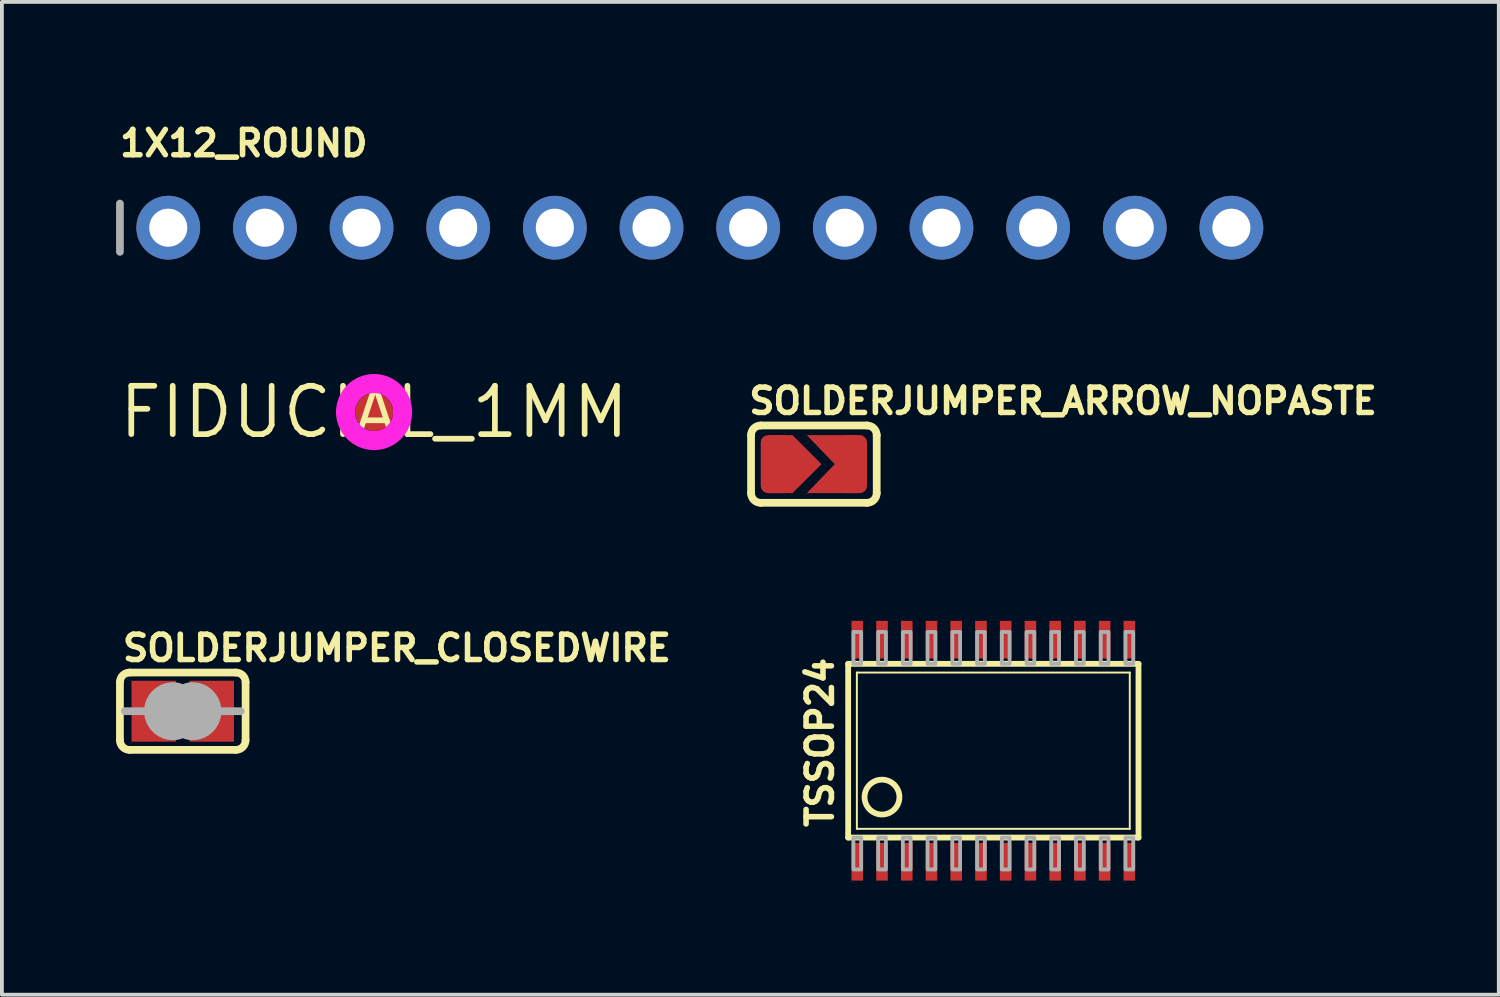
<source format=kicad_pcb>
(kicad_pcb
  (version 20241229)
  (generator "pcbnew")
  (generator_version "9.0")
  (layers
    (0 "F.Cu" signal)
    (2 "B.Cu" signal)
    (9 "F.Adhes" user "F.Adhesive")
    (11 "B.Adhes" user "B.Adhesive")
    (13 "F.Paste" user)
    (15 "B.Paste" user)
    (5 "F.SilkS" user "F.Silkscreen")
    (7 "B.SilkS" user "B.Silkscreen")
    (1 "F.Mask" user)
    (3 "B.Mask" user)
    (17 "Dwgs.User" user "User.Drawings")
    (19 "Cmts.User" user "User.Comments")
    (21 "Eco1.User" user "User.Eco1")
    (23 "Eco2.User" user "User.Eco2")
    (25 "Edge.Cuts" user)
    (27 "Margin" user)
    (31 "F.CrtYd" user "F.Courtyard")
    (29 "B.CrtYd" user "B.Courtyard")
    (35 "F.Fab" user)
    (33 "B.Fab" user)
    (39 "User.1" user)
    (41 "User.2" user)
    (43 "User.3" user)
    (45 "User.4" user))
  (footprint "SOLDERJUMPER_CLOSEDWIRE"
    (layer "F.Cu")
    (at 1.753 15.641)
    (property "Reference" "SOLDERJUMPER_CLOSEDWIRE" (at -1.651 -1.27 0) (layer "F.SilkS") (effects (font (size 0.666 0.666) (thickness 0.146)) (justify left bottom)))
    (fp_poly (pts (xy 1.397 0.889) (xy -1.397 0.889) (xy -1.397 -0.889) (xy 1.397 -0.889)) (stroke (width 0) (type solid)) (fill yes) (layer "F.Mask"))
    (fp_line (start -1.651 0.762) (end -1.651 -0.762) (stroke (width 0.203) (type solid)) (layer "F.SilkS"))
    (fp_line (start -1.397 -1.016) (end 1.397 -1.016) (stroke (width 0.203) (type solid)) (layer "F.SilkS"))
    (fp_line (start 1.397 1.016) (end -1.397 1.016) (stroke (width 0.203) (type solid)) (layer "F.SilkS"))
    (fp_line (start 1.651 0.762) (end 1.651 -0.762) (stroke (width 0.203) (type solid)) (layer "F.SilkS"))
    (fp_arc (start -1.651 -0.762) (mid -1.576605 -0.941605) (end -1.397 -1.016) (stroke (width 0.2032) (type solid)) (layer "F.SilkS"))
    (fp_arc (start -1.397 1.016) (mid -1.576605 0.941605) (end -1.651 0.762) (stroke (width 0.2032) (type solid)) (layer "F.SilkS"))
    (fp_arc (start 1.397 -1.016) (mid 1.576605 -0.941605) (end 1.651 -0.762) (stroke (width 0.2032) (type solid)) (layer "F.SilkS"))
    (fp_arc (start 1.651 0.762) (mid 1.576605 0.941605) (end 1.397 1.016) (stroke (width 0.2032) (type solid)) (layer "F.SilkS"))
    (fp_line (start -1.016 0) (end -1.524 0) (stroke (width 0.203) (type solid)) (layer "F.Fab"))
    (fp_line (start 1.016 0) (end 1.524 0) (stroke (width 0.203) (type solid)) (layer "F.Fab"))
    (fp_arc (start -0.254 0.127) (mid -0.381 0) (end -0.254 -0.127) (stroke (width 1.27) (type solid)) (layer "F.Fab"))
    (fp_arc (start 0.254 -0.127) (mid 0.381 0) (end 0.254 0.127) (stroke (width 1.27) (type solid)) (layer "F.Fab"))
    (pad "1" smd rect (at -0.762 0) (size 1.168 1.6) (layers "F.Cu" "F.Mask"))
    (pad "2" smd rect (at 0.762 0) (size 1.168 1.6) (layers "F.Cu" "F.Mask"))
    (pad "WIRE" smd rect (at 0 0) (size 0.635 0.203) (layers "F.Cu" "F.Mask")))
  (footprint "1X12_ROUND"
    (layer "F.Cu")
    (at 15.342 2.934)
    (property "Reference" "1X12_ROUND" (at -15.316 -1.829 0) (layer "F.SilkS") (effects (font (size 0.666 0.666) (thickness 0.146)) (justify left bottom)))
    (fp_line (start -15.24 -0.635) (end -15.24 0.635) (stroke (width 0.203) (type solid)) (layer "F.Fab"))
    (fp_poly (pts (xy -14.224 0.254) (xy -13.716 0.254) (xy -13.716 -0.254) (xy -14.224 -0.254)) (stroke (width 0.1) (type solid)) (fill no) (layer "F.Fab"))
    (fp_poly (pts (xy -11.684 0.254) (xy -11.176 0.254) (xy -11.176 -0.254) (xy -11.684 -0.254)) (stroke (width 0.1) (type solid)) (fill no) (layer "F.Fab"))
    (fp_poly (pts (xy -9.144 0.254) (xy -8.636 0.254) (xy -8.636 -0.254) (xy -9.144 -0.254)) (stroke (width 0.1) (type solid)) (fill no) (layer "F.Fab"))
    (fp_poly (pts (xy -6.604 0.254) (xy -6.096 0.254) (xy -6.096 -0.254) (xy -6.604 -0.254)) (stroke (width 0.1) (type solid)) (fill no) (layer "F.Fab"))
    (fp_poly (pts (xy -4.064 0.254) (xy -3.556 0.254) (xy -3.556 -0.254) (xy -4.064 -0.254)) (stroke (width 0.1) (type solid)) (fill no) (layer "F.Fab"))
    (fp_poly (pts (xy -1.524 0.254) (xy -1.016 0.254) (xy -1.016 -0.254) (xy -1.524 -0.254)) (stroke (width 0.1) (type solid)) (fill no) (layer "F.Fab"))
    (fp_poly (pts (xy 1.016 0.254) (xy 1.524 0.254) (xy 1.524 -0.254) (xy 1.016 -0.254)) (stroke (width 0.1) (type solid)) (fill no) (layer "F.Fab"))
    (fp_poly (pts (xy 3.556 0.254) (xy 4.064 0.254) (xy 4.064 -0.254) (xy 3.556 -0.254)) (stroke (width 0.1) (type solid)) (fill no) (layer "F.Fab"))
    (fp_poly (pts (xy 6.096 0.254) (xy 6.604 0.254) (xy 6.604 -0.254) (xy 6.096 -0.254)) (stroke (width 0.1) (type solid)) (fill no) (layer "F.Fab"))
    (fp_poly (pts (xy 8.636 0.254) (xy 9.144 0.254) (xy 9.144 -0.254) (xy 8.636 -0.254)) (stroke (width 0.1) (type solid)) (fill no) (layer "F.Fab"))
    (fp_poly (pts (xy 11.176 0.254) (xy 11.684 0.254) (xy 11.684 -0.254) (xy 11.176 -0.254)) (stroke (width 0.1) (type solid)) (fill no) (layer "F.Fab"))
    (fp_poly (pts (xy 13.716 0.254) (xy 14.224 0.254) (xy 14.224 -0.254) (xy 13.716 -0.254)) (stroke (width 0.1) (type solid)) (fill no) (layer "F.Fab"))
    (pad "1" thru_hole circle (at -13.97 0 90) (size 1.676 1.676) (drill 1) (layers "*.Cu" "*.Mask"))
    (pad "2" thru_hole circle (at -11.43 0 90) (size 1.676 1.676) (drill 1) (layers "*.Cu" "*.Mask"))
    (pad "3" thru_hole circle (at -8.89 0 90) (size 1.676 1.676) (drill 1) (layers "*.Cu" "*.Mask"))
    (pad "4" thru_hole circle (at -6.35 0 90) (size 1.676 1.676) (drill 1) (layers "*.Cu" "*.Mask"))
    (pad "5" thru_hole circle (at -3.81 0 90) (size 1.676 1.676) (drill 1) (layers "*.Cu" "*.Mask"))
    (pad "6" thru_hole circle (at -1.27 0 90) (size 1.676 1.676) (drill 1) (layers "*.Cu" "*.Mask"))
    (pad "7" thru_hole circle (at 1.27 0 90) (size 1.676 1.676) (drill 1) (layers "*.Cu" "*.Mask"))
    (pad "8" thru_hole circle (at 3.81 0 90) (size 1.676 1.676) (drill 1) (layers "*.Cu" "*.Mask"))
    (pad "9" thru_hole circle (at 6.35 0 90) (size 1.676 1.676) (drill 1) (layers "*.Cu" "*.Mask"))
    (pad "10" thru_hole circle (at 8.89 0 90) (size 1.676 1.676) (drill 1) (layers "*.Cu" "*.Mask"))
    (pad "11" thru_hole circle (at 11.43 0 90) (size 1.676 1.676) (drill 1) (layers "*.Cu" "*.Mask"))
    (pad "12" thru_hole circle (at 13.97 0 90) (size 1.676 1.676) (drill 1) (layers "*.Cu" "*.Mask")))
  (footprint "SOLDERJUMPER_ARROW_NOPASTE"
    (layer "F.Cu")
    (at 18.339 9.148)
    (property "Reference" "SOLDERJUMPER_ARROW_NOPASTE" (at -1.778 -1.27 0) (layer "F.SilkS") (effects (font (size 0.666 0.666) (thickness 0.146)) (justify left bottom)))
    (fp_poly (pts (xy 0.201 0) (xy -0.561 0.762) (xy -1.168 0.762) (xy -1.168 -0.762) (xy -0.561 -0.762)) (stroke (width 0) (type solid)) (fill yes) (layer "F.Cu"))
    (fp_poly (pts (xy 1.168 0.762) (xy -0.187 0.762) (xy 0.549 0) (xy -0.187 -0.762) (xy 1.168 -0.762)) (stroke (width 0) (type solid)) (fill yes) (layer "F.Cu"))
    (fp_poly (pts (xy -1.46 0.826) (xy 1.46 0.826) (xy 1.46 -0.826) (xy -1.46 -0.826)) (stroke (width 0) (type solid)) (fill yes) (layer "F.Mask"))
    (fp_line (start -1.651 0.762) (end -1.651 -0.762) (stroke (width 0.203) (type solid)) (layer "F.SilkS"))
    (fp_line (start -1.397 -1.016) (end 1.397 -1.016) (stroke (width 0.203) (type solid)) (layer "F.SilkS"))
    (fp_line (start 1.397 1.016) (end -1.397 1.016) (stroke (width 0.203) (type solid)) (layer "F.SilkS"))
    (fp_line (start 1.651 0.762) (end 1.651 -0.762) (stroke (width 0.203) (type solid)) (layer "F.SilkS"))
    (fp_arc (start -1.651 -0.762) (mid -1.576605 -0.941605) (end -1.397 -1.016) (stroke (width 0.2032) (type solid)) (layer "F.SilkS"))
    (fp_arc (start -1.397 1.016) (mid -1.576605 0.941605) (end -1.651 0.762) (stroke (width 0.2032) (type solid)) (layer "F.SilkS"))
    (fp_arc (start 1.397 -1.016) (mid 1.576605 -0.941605) (end 1.651 -0.762) (stroke (width 0.2032) (type solid)) (layer "F.SilkS"))
    (fp_arc (start 1.651 0.762) (mid 1.576605 0.941605) (end 1.397 1.016) (stroke (width 0.2032) (type solid)) (layer "F.SilkS"))
    (pad "1" smd roundrect (at -1.016 0) (size 0.762 1.524) (layers "F.Cu") (roundrect_rratio 0.25))
    (pad "2" smd roundrect (at 1.016 0) (size 0.762 1.524) (layers "F.Cu") (roundrect_rratio 0.25)))
  (footprint "FIDUCIAL_1MM"
    (layer "F.Cu")
    (at 6.781 7.779)
    (property "Reference" "FIDUCIAL_1MM" (at 0 0 0) (layer "F.SilkS") (effects (font (size 1.27 1.27) (thickness 0.15))))
    (fp_arc (start -0.75 0) (mid -0.53033 -0.53033) (end 0 -0.75) (stroke (width 0.5) (type solid)) (layer "F.Mask"))
    (fp_arc (start 0 -0.75) (mid 0.53033 -0.53033) (end 0.75 0) (stroke (width 0.5) (type solid)) (layer "F.Mask"))
    (fp_arc (start 0 0.75) (mid -0.53033 0.53033) (end -0.75 0) (stroke (width 0.5) (type solid)) (layer "F.Mask"))
    (fp_arc (start 0.75 0) (mid 0.53033 0.53033) (end 0 0.75) (stroke (width 0.5) (type solid)) (layer "F.Mask"))
    (fp_arc (start -0.75 0) (mid -0.53033 -0.53033) (end 0 -0.75) (stroke (width 0.5) (type solid)) (layer "F.CrtYd"))
    (fp_arc (start 0 -0.75) (mid 0.53033 -0.53033) (end 0.75 0) (stroke (width 0.5) (type solid)) (layer "F.CrtYd"))
    (fp_arc (start 0 0.75) (mid -0.53033 0.53033) (end -0.75 0) (stroke (width 0.5) (type solid)) (layer "F.CrtYd"))
    (fp_arc (start 0.75 0) (mid 0.53033 0.53033) (end 0 0.75) (stroke (width 0.5) (type solid)) (layer "F.CrtYd"))
    (pad "1" smd roundrect (at 0 0) (size 1 1) (layers "F.Cu" "F.Mask") (roundrect_rratio 0.5)))
  (footprint "TSSOP24"
    (layer "F.Cu")
    (at 23.055 16.679)
    (property "Reference" "TSSOP24" (at -4.166 2.083 90) (layer "F.SilkS") (effects (font (size 0.666 0.666) (thickness 0.146)) (justify left bottom)))
    (fp_line (start -3.815 2.283) (end -3.815 -2.283) (stroke (width 0.152) (type solid)) (layer "F.SilkS"))
    (fp_line (start -3.815 2.283) (end 3.815 2.283) (stroke (width 0.152) (type solid)) (layer "F.SilkS"))
    (fp_line (start -3.586 2.054) (end -3.586 -2.054) (stroke (width 0.051) (type solid)) (layer "F.SilkS"))
    (fp_line (start -3.586 2.054) (end 3.586 2.054) (stroke (width 0.051) (type solid)) (layer "F.SilkS"))
    (fp_line (start 3.586 -2.054) (end -3.586 -2.054) (stroke (width 0.051) (type solid)) (layer "F.SilkS"))
    (fp_line (start 3.586 -2.054) (end 3.586 2.054) (stroke (width 0.051) (type solid)) (layer "F.SilkS"))
    (fp_line (start 3.815 -2.283) (end -3.815 -2.283) (stroke (width 0.152) (type solid)) (layer "F.SilkS"))
    (fp_line (start 3.815 -2.283) (end 3.815 2.283) (stroke (width 0.152) (type solid)) (layer "F.SilkS"))
    (fp_circle (center -2.926 1.219) (end -2.468 1.219) (stroke (width 0.152) (type solid)) (fill no) (layer "F.SilkS"))
    (fp_poly (pts (xy -3.677 -2.283) (xy -3.473 -2.283) (xy -3.473 -3.121) (xy -3.677 -3.121)) (stroke (width 0.1) (type solid)) (fill no) (layer "F.Fab"))
    (fp_poly (pts (xy -3.677 3.121) (xy -3.473 3.121) (xy -3.473 2.283) (xy -3.677 2.283)) (stroke (width 0.1) (type solid)) (fill no) (layer "F.Fab"))
    (fp_poly (pts (xy -3.027 -2.283) (xy -2.823 -2.283) (xy -2.823 -3.121) (xy -3.027 -3.121)) (stroke (width 0.1) (type solid)) (fill no) (layer "F.Fab"))
    (fp_poly (pts (xy -3.027 3.121) (xy -2.823 3.121) (xy -2.823 2.283) (xy -3.027 2.283)) (stroke (width 0.1) (type solid)) (fill no) (layer "F.Fab"))
    (fp_poly (pts (xy -2.377 -2.283) (xy -2.173 -2.283) (xy -2.173 -3.121) (xy -2.377 -3.121)) (stroke (width 0.1) (type solid)) (fill no) (layer "F.Fab"))
    (fp_poly (pts (xy -2.377 3.121) (xy -2.173 3.121) (xy -2.173 2.283) (xy -2.377 2.283)) (stroke (width 0.1) (type solid)) (fill no) (layer "F.Fab"))
    (fp_poly (pts (xy -1.727 -2.283) (xy -1.523 -2.283) (xy -1.523 -3.121) (xy -1.727 -3.121)) (stroke (width 0.1) (type solid)) (fill no) (layer "F.Fab"))
    (fp_poly (pts (xy -1.727 3.121) (xy -1.523 3.121) (xy -1.523 2.283) (xy -1.727 2.283)) (stroke (width 0.1) (type solid)) (fill no) (layer "F.Fab"))
    (fp_poly (pts (xy -1.077 -2.283) (xy -0.873 -2.283) (xy -0.873 -3.121) (xy -1.077 -3.121)) (stroke (width 0.1) (type solid)) (fill no) (layer "F.Fab"))
    (fp_poly (pts (xy -1.077 3.121) (xy -0.873 3.121) (xy -0.873 2.283) (xy -1.077 2.283)) (stroke (width 0.1) (type solid)) (fill no) (layer "F.Fab"))
    (fp_poly (pts (xy -0.427 -2.283) (xy -0.223 -2.283) (xy -0.223 -3.121) (xy -0.427 -3.121)) (stroke (width 0.1) (type solid)) (fill no) (layer "F.Fab"))
    (fp_poly (pts (xy -0.427 3.121) (xy -0.223 3.121) (xy -0.223 2.283) (xy -0.427 2.283)) (stroke (width 0.1) (type solid)) (fill no) (layer "F.Fab"))
    (fp_poly (pts (xy 0.223 -2.283) (xy 0.427 -2.283) (xy 0.427 -3.121) (xy 0.223 -3.121)) (stroke (width 0.1) (type solid)) (fill no) (layer "F.Fab"))
    (fp_poly (pts (xy 0.223 3.121) (xy 0.427 3.121) (xy 0.427 2.283) (xy 0.223 2.283)) (stroke (width 0.1) (type solid)) (fill no) (layer "F.Fab"))
    (fp_poly (pts (xy 0.873 -2.283) (xy 1.077 -2.283) (xy 1.077 -3.121) (xy 0.873 -3.121)) (stroke (width 0.1) (type solid)) (fill no) (layer "F.Fab"))
    (fp_poly (pts (xy 0.873 3.121) (xy 1.077 3.121) (xy 1.077 2.283) (xy 0.873 2.283)) (stroke (width 0.1) (type solid)) (fill no) (layer "F.Fab"))
    (fp_poly (pts (xy 1.523 -2.283) (xy 1.727 -2.283) (xy 1.727 -3.121) (xy 1.523 -3.121)) (stroke (width 0.1) (type solid)) (fill no) (layer "F.Fab"))
    (fp_poly (pts (xy 1.523 3.121) (xy 1.727 3.121) (xy 1.727 2.283) (xy 1.523 2.283)) (stroke (width 0.1) (type solid)) (fill no) (layer "F.Fab"))
    (fp_poly (pts (xy 2.173 -2.283) (xy 2.377 -2.283) (xy 2.377 -3.121) (xy 2.173 -3.121)) (stroke (width 0.1) (type solid)) (fill no) (layer "F.Fab"))
    (fp_poly (pts (xy 2.173 3.121) (xy 2.377 3.121) (xy 2.377 2.283) (xy 2.173 2.283)) (stroke (width 0.1) (type solid)) (fill no) (layer "F.Fab"))
    (fp_poly (pts (xy 2.823 -2.283) (xy 3.027 -2.283) (xy 3.027 -3.121) (xy 2.823 -3.121)) (stroke (width 0.1) (type solid)) (fill no) (layer "F.Fab"))
    (fp_poly (pts (xy 2.823 3.121) (xy 3.027 3.121) (xy 3.027 2.283) (xy 2.823 2.283)) (stroke (width 0.1) (type solid)) (fill no) (layer "F.Fab"))
    (fp_poly (pts (xy 3.473 -2.283) (xy 3.677 -2.283) (xy 3.677 -3.121) (xy 3.473 -3.121)) (stroke (width 0.1) (type solid)) (fill no) (layer "F.Fab"))
    (fp_poly (pts (xy 3.473 3.121) (xy 3.677 3.121) (xy 3.677 2.283) (xy 3.473 2.283)) (stroke (width 0.1) (type solid)) (fill no) (layer "F.Fab"))
    (pad "1" smd rect (at -3.575 2.918) (size 0.305 0.991) (layers "F.Cu" "F.Mask" "F.Paste"))
    (pad "2" smd rect (at -2.925 2.918) (size 0.305 0.991) (layers "F.Cu" "F.Mask" "F.Paste"))
    (pad "3" smd rect (at -2.275 2.918) (size 0.305 0.991) (layers "F.Cu" "F.Mask" "F.Paste"))
    (pad "4" smd rect (at -1.625 2.918) (size 0.305 0.991) (layers "F.Cu" "F.Mask" "F.Paste"))
    (pad "5" smd rect (at -0.975 2.918) (size 0.305 0.991) (layers "F.Cu" "F.Mask" "F.Paste"))
    (pad "6" smd rect (at -0.325 2.918) (size 0.305 0.991) (layers "F.Cu" "F.Mask" "F.Paste"))
    (pad "7" smd rect (at 0.325 2.918) (size 0.305 0.991) (layers "F.Cu" "F.Mask" "F.Paste"))
    (pad "8" smd rect (at 0.975 2.918) (size 0.305 0.991) (layers "F.Cu" "F.Mask" "F.Paste"))
    (pad "9" smd rect (at 1.625 2.918) (size 0.305 0.991) (layers "F.Cu" "F.Mask" "F.Paste"))
    (pad "10" smd rect (at 2.275 2.918) (size 0.305 0.991) (layers "F.Cu" "F.Mask" "F.Paste"))
    (pad "11" smd rect (at 2.925 2.918) (size 0.305 0.991) (layers "F.Cu" "F.Mask" "F.Paste"))
    (pad "12" smd rect (at 3.575 2.918) (size 0.305 0.991) (layers "F.Cu" "F.Mask" "F.Paste"))
    (pad "13" smd rect (at 3.575 -2.918) (size 0.305 0.991) (layers "F.Cu" "F.Mask" "F.Paste"))
    (pad "14" smd rect (at 2.925 -2.918) (size 0.305 0.991) (layers "F.Cu" "F.Mask" "F.Paste"))
    (pad "15" smd rect (at 2.275 -2.918) (size 0.305 0.991) (layers "F.Cu" "F.Mask" "F.Paste"))
    (pad "16" smd rect (at 1.625 -2.918) (size 0.305 0.991) (layers "F.Cu" "F.Mask" "F.Paste"))
    (pad "17" smd rect (at 0.975 -2.918) (size 0.305 0.991) (layers "F.Cu" "F.Mask" "F.Paste"))
    (pad "18" smd rect (at 0.325 -2.918) (size 0.305 0.991) (layers "F.Cu" "F.Mask" "F.Paste"))
    (pad "19" smd rect (at -0.325 -2.918) (size 0.305 0.991) (layers "F.Cu" "F.Mask" "F.Paste"))
    (pad "20" smd rect (at -0.975 -2.918) (size 0.305 0.991) (layers "F.Cu" "F.Mask" "F.Paste"))
    (pad "21" smd rect (at -1.625 -2.918) (size 0.305 0.991) (layers "F.Cu" "F.Mask" "F.Paste"))
    (pad "22" smd rect (at -2.275 -2.918) (size 0.305 0.991) (layers "F.Cu" "F.Mask" "F.Paste"))
    (pad "23" smd rect (at -2.925 -2.918) (size 0.305 0.991) (layers "F.Cu" "F.Mask" "F.Paste"))
    (pad "24" smd rect (at -3.575 -2.918) (size 0.305 0.991) (layers "F.Cu" "F.Mask" "F.Paste")))
  (gr_rect
    (start -3 -3)
    (end 36.339 23.092)
    (stroke (width 0.1) (type default))
    (fill no)
    (layer "Edge.Cuts")))
</source>
